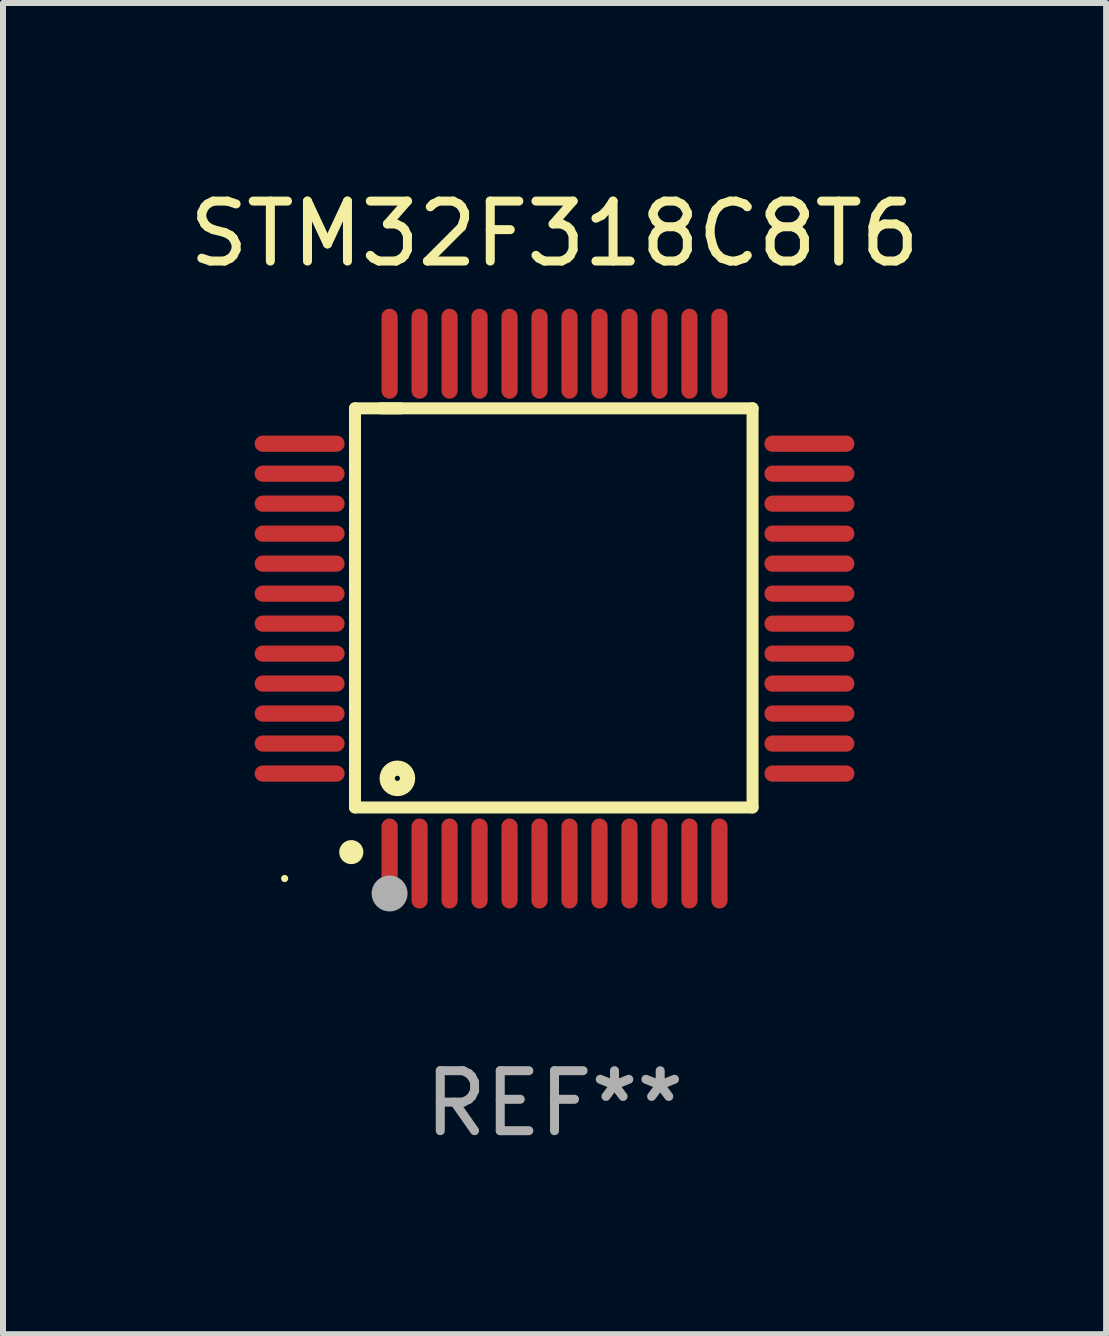
<source format=kicad_pcb>
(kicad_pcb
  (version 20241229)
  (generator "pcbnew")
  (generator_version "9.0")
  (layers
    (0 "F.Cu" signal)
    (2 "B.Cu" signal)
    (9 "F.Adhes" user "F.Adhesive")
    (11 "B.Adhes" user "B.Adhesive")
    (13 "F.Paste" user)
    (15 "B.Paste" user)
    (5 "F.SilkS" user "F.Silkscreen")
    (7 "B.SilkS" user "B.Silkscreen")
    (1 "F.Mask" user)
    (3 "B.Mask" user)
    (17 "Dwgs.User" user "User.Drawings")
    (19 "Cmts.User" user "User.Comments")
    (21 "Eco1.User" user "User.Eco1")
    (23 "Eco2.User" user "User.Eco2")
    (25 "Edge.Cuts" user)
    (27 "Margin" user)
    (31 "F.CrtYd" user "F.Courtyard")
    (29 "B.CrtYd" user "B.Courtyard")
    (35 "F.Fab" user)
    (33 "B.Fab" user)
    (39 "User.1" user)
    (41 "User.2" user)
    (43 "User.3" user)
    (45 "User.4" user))
  (footprint "STM32F318C8T6"
    (layer "F.Cu")
    (at 6.196 7.098)
    (property "Reference" "STM32F318C8T6" (at 0 -6.25 0) (layer "F.SilkS") (effects (font (size 1 1) (thickness 0.15))))
    (attr through_hole)
    (fp_line (start -3.327 -3.34) (end -2.565 -3.34) (stroke (width 0.2) (type solid)) (layer "F.SilkS"))
    (fp_line (start -3.327 3.315) (end -3.327 -3.34) (stroke (width 0.2) (type solid)) (layer "F.SilkS"))
    (fp_line (start -2.896 -3.34) (end 3.302 -3.34) (stroke (width 0.2) (type solid)) (layer "F.SilkS"))
    (fp_line (start 3.302 -3.34) (end 3.302 3.315) (stroke (width 0.2) (type solid)) (layer "F.SilkS"))
    (fp_line (start 3.302 3.315) (end -3.327 3.315) (stroke (width 0.2) (type solid)) (layer "F.SilkS"))
    (fp_arc (start -3.389992 4.059995) (mid -3.388722 4.059991) (end -3.387452 4.059995) (stroke (width 0.4) (type solid)) (layer "F.SilkS"))
    (fp_circle (center -4.5 4.5) (end -4.47 4.5) (stroke (width 0.06) (type solid)) (fill no) (layer "F.SilkS"))
    (fp_circle (center -2.62 2.83) (end -2.45 2.83) (stroke (width 0.254) (type solid)) (fill no) (layer "F.SilkS"))
    (fp_circle (center -2.75 4.75) (end -2.6 4.75) (stroke (width 0.3) (type solid)) (fill no) (layer "F.Fab"))
    (fp_text user "REF**" (at 0 8.25 0) (layer "F.Fab") (effects (font (size 1 1) (thickness 0.15))))
    (pad "1" smd oval (at -2.75 4.25) (size 0.27 1.5) (layers "F.Cu" "F.Mask" "F.Paste"))
    (pad "2" smd oval (at -2.25 4.25) (size 0.27 1.5) (layers "F.Cu" "F.Mask" "F.Paste"))
    (pad "3" smd oval (at -1.75 4.25) (size 0.27 1.5) (layers "F.Cu" "F.Mask" "F.Paste"))
    (pad "4" smd oval (at -1.25 4.25) (size 0.27 1.5) (layers "F.Cu" "F.Mask" "F.Paste"))
    (pad "5" smd oval (at -0.75 4.25) (size 0.27 1.5) (layers "F.Cu" "F.Mask" "F.Paste"))
    (pad "6" smd oval (at -0.25 4.25) (size 0.27 1.5) (layers "F.Cu" "F.Mask" "F.Paste"))
    (pad "7" smd oval (at 0.25 4.25) (size 0.27 1.5) (layers "F.Cu" "F.Mask" "F.Paste"))
    (pad "8" smd oval (at 0.75 4.25) (size 0.27 1.5) (layers "F.Cu" "F.Mask" "F.Paste"))
    (pad "9" smd oval (at 1.25 4.25) (size 0.27 1.5) (layers "F.Cu" "F.Mask" "F.Paste"))
    (pad "10" smd oval (at 1.75 4.25) (size 0.27 1.5) (layers "F.Cu" "F.Mask" "F.Paste"))
    (pad "11" smd oval (at 2.25 4.25) (size 0.27 1.5) (layers "F.Cu" "F.Mask" "F.Paste"))
    (pad "12" smd oval (at 2.75 4.25) (size 0.27 1.5) (layers "F.Cu" "F.Mask" "F.Paste"))
    (pad "13" smd oval (at 4.25 2.75) (size 1.5 0.27) (layers "F.Cu" "F.Mask" "F.Paste"))
    (pad "14" smd oval (at 4.25 2.25) (size 1.5 0.27) (layers "F.Cu" "F.Mask" "F.Paste"))
    (pad "15" smd oval (at 4.25 1.75) (size 1.5 0.27) (layers "F.Cu" "F.Mask" "F.Paste"))
    (pad "16" smd oval (at 4.25 1.25) (size 1.5 0.27) (layers "F.Cu" "F.Mask" "F.Paste"))
    (pad "17" smd oval (at 4.25 0.75) (size 1.5 0.27) (layers "F.Cu" "F.Mask" "F.Paste"))
    (pad "18" smd oval (at 4.25 0.25) (size 1.5 0.27) (layers "F.Cu" "F.Mask" "F.Paste"))
    (pad "19" smd oval (at 4.25 -0.25) (size 1.5 0.27) (layers "F.Cu" "F.Mask" "F.Paste"))
    (pad "20" smd oval (at 4.25 -0.75) (size 1.5 0.27) (layers "F.Cu" "F.Mask" "F.Paste"))
    (pad "21" smd oval (at 4.25 -1.25) (size 1.5 0.27) (layers "F.Cu" "F.Mask" "F.Paste"))
    (pad "22" smd oval (at 4.25 -1.75) (size 1.5 0.27) (layers "F.Cu" "F.Mask" "F.Paste"))
    (pad "23" smd oval (at 4.25 -2.25) (size 1.5 0.27) (layers "F.Cu" "F.Mask" "F.Paste"))
    (pad "24" smd oval (at 4.25 -2.75) (size 1.5 0.27) (layers "F.Cu" "F.Mask" "F.Paste"))
    (pad "25" smd oval (at 2.75 -4.25) (size 0.27 1.5) (layers "F.Cu" "F.Mask" "F.Paste"))
    (pad "26" smd oval (at 2.25 -4.25) (size 0.27 1.5) (layers "F.Cu" "F.Mask" "F.Paste"))
    (pad "27" smd oval (at 1.75 -4.25) (size 0.27 1.5) (layers "F.Cu" "F.Mask" "F.Paste"))
    (pad "28" smd oval (at 1.25 -4.25) (size 0.27 1.5) (layers "F.Cu" "F.Mask" "F.Paste"))
    (pad "29" smd oval (at 0.75 -4.25) (size 0.27 1.5) (layers "F.Cu" "F.Mask" "F.Paste"))
    (pad "30" smd oval (at 0.25 -4.25) (size 0.27 1.5) (layers "F.Cu" "F.Mask" "F.Paste"))
    (pad "31" smd oval (at -0.25 -4.25) (size 0.27 1.5) (layers "F.Cu" "F.Mask" "F.Paste"))
    (pad "32" smd oval (at -0.75 -4.25) (size 0.27 1.5) (layers "F.Cu" "F.Mask" "F.Paste"))
    (pad "33" smd oval (at -1.25 -4.25) (size 0.27 1.5) (layers "F.Cu" "F.Mask" "F.Paste"))
    (pad "34" smd oval (at -1.75 -4.25) (size 0.27 1.5) (layers "F.Cu" "F.Mask" "F.Paste"))
    (pad "35" smd oval (at -2.25 -4.25) (size 0.27 1.5) (layers "F.Cu" "F.Mask" "F.Paste"))
    (pad "36" smd oval (at -2.75 -4.25) (size 0.27 1.5) (layers "F.Cu" "F.Mask" "F.Paste"))
    (pad "37" smd oval (at -4.25 -2.75) (size 1.5 0.27) (layers "F.Cu" "F.Mask" "F.Paste"))
    (pad "38" smd oval (at -4.25 -2.25) (size 1.5 0.27) (layers "F.Cu" "F.Mask" "F.Paste"))
    (pad "39" smd oval (at -4.25 -1.75) (size 1.5 0.27) (layers "F.Cu" "F.Mask" "F.Paste"))
    (pad "40" smd oval (at -4.25 -1.25) (size 1.5 0.27) (layers "F.Cu" "F.Mask" "F.Paste"))
    (pad "41" smd oval (at -4.25 -0.75) (size 1.5 0.27) (layers "F.Cu" "F.Mask" "F.Paste"))
    (pad "42" smd oval (at -4.25 -0.25) (size 1.5 0.27) (layers "F.Cu" "F.Mask" "F.Paste"))
    (pad "43" smd oval (at -4.25 0.25) (size 1.5 0.27) (layers "F.Cu" "F.Mask" "F.Paste"))
    (pad "44" smd oval (at -4.25 0.75) (size 1.5 0.27) (layers "F.Cu" "F.Mask" "F.Paste"))
    (pad "45" smd oval (at -4.25 1.25) (size 1.5 0.27) (layers "F.Cu" "F.Mask" "F.Paste"))
    (pad "46" smd oval (at -4.25 1.75) (size 1.5 0.27) (layers "F.Cu" "F.Mask" "F.Paste"))
    (pad "47" smd oval (at -4.25 2.25) (size 1.5 0.27) (layers "F.Cu" "F.Mask" "F.Paste"))
    (pad "48" smd oval (at -4.25 2.75) (size 1.5 0.27) (layers "F.Cu" "F.Mask" "F.Paste")))
  (gr_rect
    (start -3 -3)
    (end 15.393 19.196)
    (stroke (width 0.1) (type default))
    (fill no)
    (layer "Edge.Cuts")))
</source>
